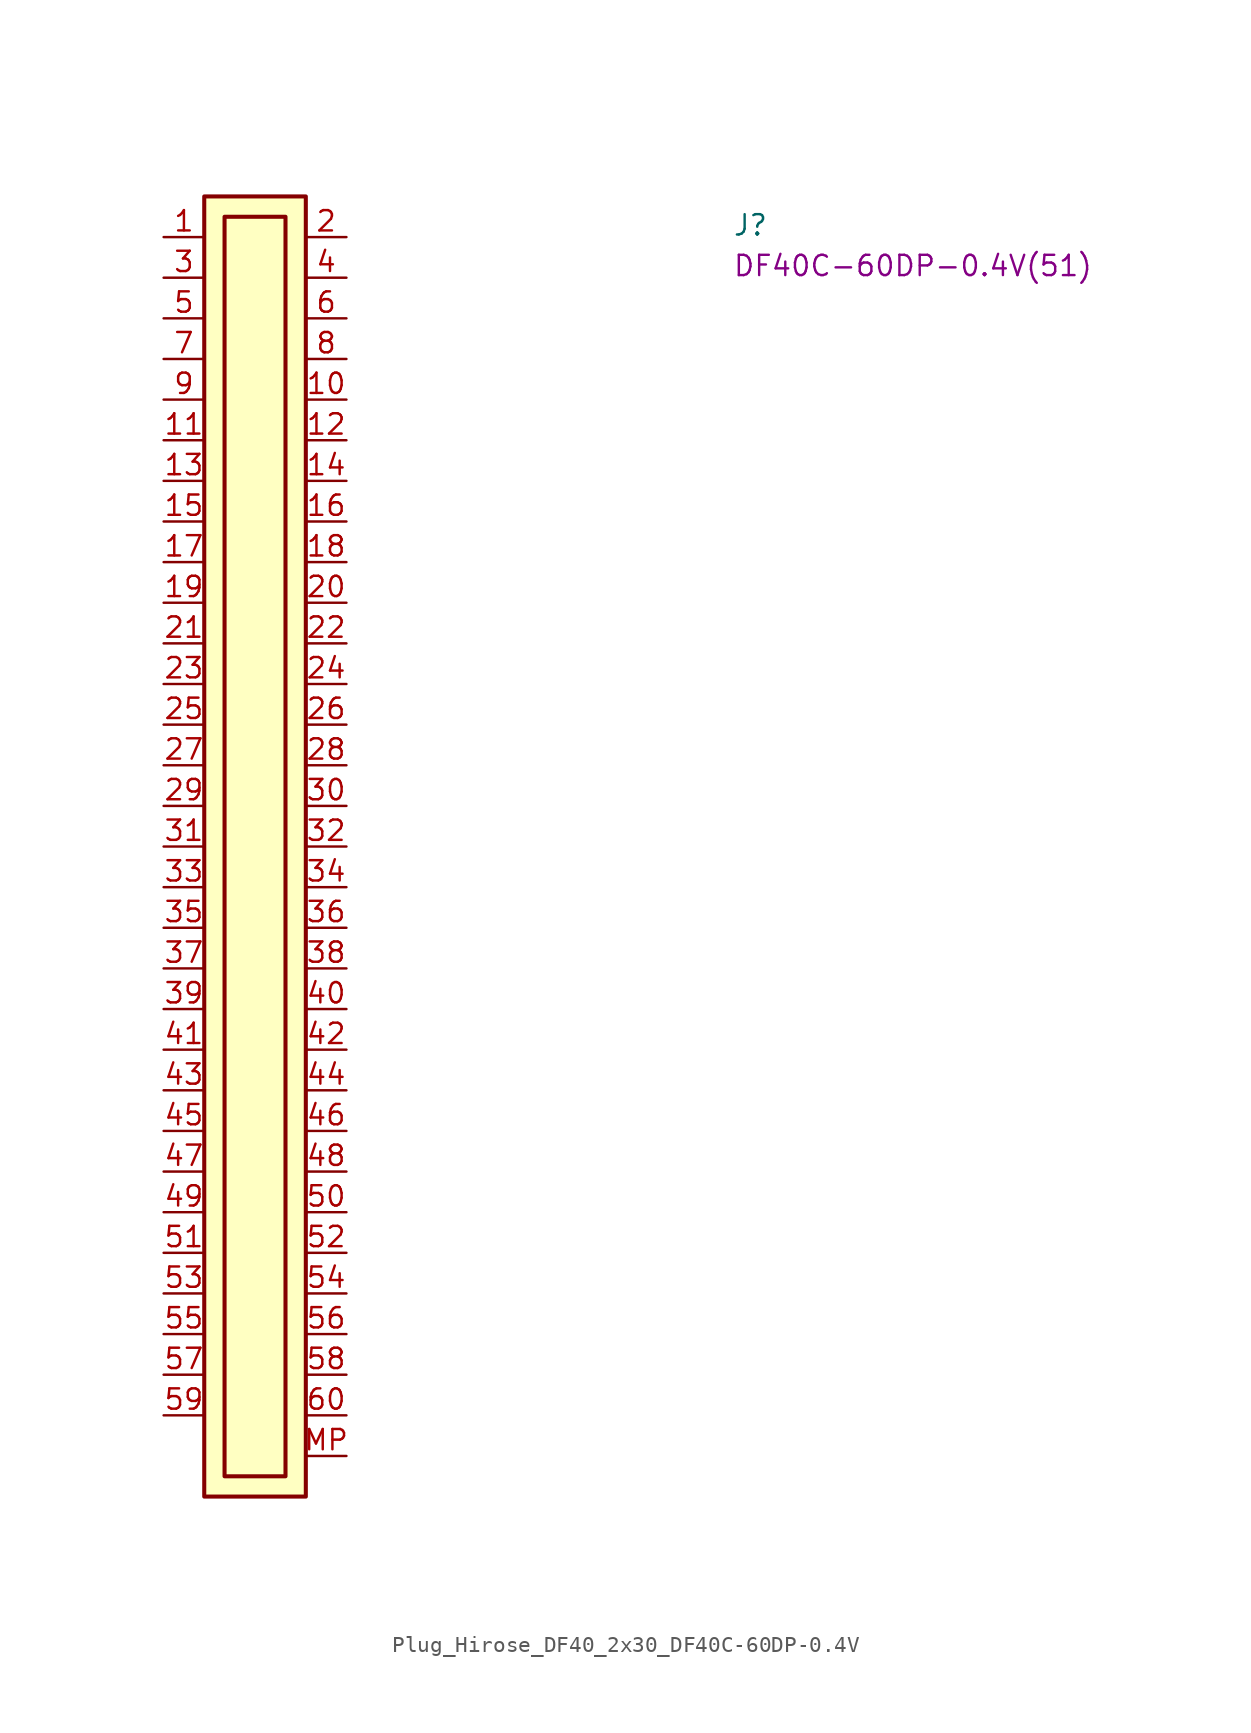
<source format=kicad_sym>
(kicad_symbol_lib
  (version 20220914)
  (generator kicad_symbol_editor)
  (symbol "Plug_Hirose_DF40_2x30_DF40C-60DP-0.4V"
    (pin_names hide)
    (property "Reference" "J"
      (at 35.56 0 0)
      (effects (font (size 1.27 1.27) (thickness 0.15)) (justify left bottom)))
    (property "MPN" "DF40C-60DP-0.4V(51)"
      (at 35.56 -2.54 0)
      (effects (font (size 1.27 1.27) (thickness 0.15)) (justify left bottom)))
    (symbol "Plug_Hirose_DF40_2x30_DF40C-60DP-0.4V_1_1"
      (rectangle (start 2.54 2.54) (end 8.89 -78.74) (stroke (width 0.254) (type default)) (fill (type background)))
      (rectangle (start 3.81 1.27) (end 7.62 -77.47) (stroke (width 0.254) (type default)) (fill (type background)))
      (pin passive line (at 0 0 0) (length 2.54) (name "~" (effects (font (size 1.27 1.27)))) (number "1" (effects (font (size 1.27 1.27)))))
      (pin passive line (at 11.43 -10.16 180) (length 2.54) (name "~" (effects (font (size 1.27 1.27)))) (number "10" (effects (font (size 1.27 1.27)))))
      (pin passive line (at 0 -12.7 0) (length 2.54) (name "~" (effects (font (size 1.27 1.27)))) (number "11" (effects (font (size 1.27 1.27)))))
      (pin passive line (at 11.43 -12.7 180) (length 2.54) (name "~" (effects (font (size 1.27 1.27)))) (number "12" (effects (font (size 1.27 1.27)))))
      (pin passive line (at 0 -15.24 0) (length 2.54) (name "~" (effects (font (size 1.27 1.27)))) (number "13" (effects (font (size 1.27 1.27)))))
      (pin passive line (at 11.43 -15.24 180) (length 2.54) (name "~" (effects (font (size 1.27 1.27)))) (number "14" (effects (font (size 1.27 1.27)))))
      (pin passive line (at 0 -17.78 0) (length 2.54) (name "~" (effects (font (size 1.27 1.27)))) (number "15" (effects (font (size 1.27 1.27)))))
      (pin passive line (at 11.43 -17.78 180) (length 2.54) (name "~" (effects (font (size 1.27 1.27)))) (number "16" (effects (font (size 1.27 1.27)))))
      (pin passive line (at 0 -20.32 0) (length 2.54) (name "~" (effects (font (size 1.27 1.27)))) (number "17" (effects (font (size 1.27 1.27)))))
      (pin passive line (at 11.43 -20.32 180) (length 2.54) (name "~" (effects (font (size 1.27 1.27)))) (number "18" (effects (font (size 1.27 1.27)))))
      (pin passive line (at 0 -22.86 0) (length 2.54) (name "~" (effects (font (size 1.27 1.27)))) (number "19" (effects (font (size 1.27 1.27)))))
      (pin passive line (at 11.43 0 180) (length 2.54) (name "~" (effects (font (size 1.27 1.27)))) (number "2" (effects (font (size 1.27 1.27)))))
      (pin passive line (at 11.43 -22.86 180) (length 2.54) (name "~" (effects (font (size 1.27 1.27)))) (number "20" (effects (font (size 1.27 1.27)))))
      (pin passive line (at 0 -25.4 0) (length 2.54) (name "~" (effects (font (size 1.27 1.27)))) (number "21" (effects (font (size 1.27 1.27)))))
      (pin passive line (at 11.43 -25.4 180) (length 2.54) (name "~" (effects (font (size 1.27 1.27)))) (number "22" (effects (font (size 1.27 1.27)))))
      (pin passive line (at 0 -27.94 0) (length 2.54) (name "~" (effects (font (size 1.27 1.27)))) (number "23" (effects (font (size 1.27 1.27)))))
      (pin passive line (at 11.43 -27.94 180) (length 2.54) (name "~" (effects (font (size 1.27 1.27)))) (number "24" (effects (font (size 1.27 1.27)))))
      (pin passive line (at 0 -30.48 0) (length 2.54) (name "~" (effects (font (size 1.27 1.27)))) (number "25" (effects (font (size 1.27 1.27)))))
      (pin passive line (at 11.43 -30.48 180) (length 2.54) (name "~" (effects (font (size 1.27 1.27)))) (number "26" (effects (font (size 1.27 1.27)))))
      (pin passive line (at 0 -33.02 0) (length 2.54) (name "~" (effects (font (size 1.27 1.27)))) (number "27" (effects (font (size 1.27 1.27)))))
      (pin passive line (at 11.43 -33.02 180) (length 2.54) (name "~" (effects (font (size 1.27 1.27)))) (number "28" (effects (font (size 1.27 1.27)))))
      (pin passive line (at 0 -35.56 0) (length 2.54) (name "~" (effects (font (size 1.27 1.27)))) (number "29" (effects (font (size 1.27 1.27)))))
      (pin passive line (at 0 -2.54 0) (length 2.54) (name "~" (effects (font (size 1.27 1.27)))) (number "3" (effects (font (size 1.27 1.27)))))
      (pin passive line (at 11.43 -35.56 180) (length 2.54) (name "~" (effects (font (size 1.27 1.27)))) (number "30" (effects (font (size 1.27 1.27)))))
      (pin passive line (at 0 -38.1 0) (length 2.54) (name "~" (effects (font (size 1.27 1.27)))) (number "31" (effects (font (size 1.27 1.27)))))
      (pin passive line (at 11.43 -38.1 180) (length 2.54) (name "~" (effects (font (size 1.27 1.27)))) (number "32" (effects (font (size 1.27 1.27)))))
      (pin passive line (at 0 -40.64 0) (length 2.54) (name "~" (effects (font (size 1.27 1.27)))) (number "33" (effects (font (size 1.27 1.27)))))
      (pin passive line (at 11.43 -40.64 180) (length 2.54) (name "~" (effects (font (size 1.27 1.27)))) (number "34" (effects (font (size 1.27 1.27)))))
      (pin passive line (at 0 -43.18 0) (length 2.54) (name "~" (effects (font (size 1.27 1.27)))) (number "35" (effects (font (size 1.27 1.27)))))
      (pin passive line (at 11.43 -43.18 180) (length 2.54) (name "~" (effects (font (size 1.27 1.27)))) (number "36" (effects (font (size 1.27 1.27)))))
      (pin passive line (at 0 -45.72 0) (length 2.54) (name "~" (effects (font (size 1.27 1.27)))) (number "37" (effects (font (size 1.27 1.27)))))
      (pin passive line (at 11.43 -45.72 180) (length 2.54) (name "~" (effects (font (size 1.27 1.27)))) (number "38" (effects (font (size 1.27 1.27)))))
      (pin passive line (at 0 -48.26 0) (length 2.54) (name "~" (effects (font (size 1.27 1.27)))) (number "39" (effects (font (size 1.27 1.27)))))
      (pin passive line (at 11.43 -2.54 180) (length 2.54) (name "~" (effects (font (size 1.27 1.27)))) (number "4" (effects (font (size 1.27 1.27)))))
      (pin passive line (at 11.43 -48.26 180) (length 2.54) (name "~" (effects (font (size 1.27 1.27)))) (number "40" (effects (font (size 1.27 1.27)))))
      (pin passive line (at 0 -50.8 0) (length 2.54) (name "~" (effects (font (size 1.27 1.27)))) (number "41" (effects (font (size 1.27 1.27)))))
      (pin passive line (at 11.43 -50.8 180) (length 2.54) (name "~" (effects (font (size 1.27 1.27)))) (number "42" (effects (font (size 1.27 1.27)))))
      (pin passive line (at 0 -53.34 0) (length 2.54) (name "~" (effects (font (size 1.27 1.27)))) (number "43" (effects (font (size 1.27 1.27)))))
      (pin passive line (at 11.43 -53.34 180) (length 2.54) (name "~" (effects (font (size 1.27 1.27)))) (number "44" (effects (font (size 1.27 1.27)))))
      (pin passive line (at 0 -55.88 0) (length 2.54) (name "~" (effects (font (size 1.27 1.27)))) (number "45" (effects (font (size 1.27 1.27)))))
      (pin passive line (at 11.43 -55.88 180) (length 2.54) (name "~" (effects (font (size 1.27 1.27)))) (number "46" (effects (font (size 1.27 1.27)))))
      (pin passive line (at 0 -58.42 0) (length 2.54) (name "~" (effects (font (size 1.27 1.27)))) (number "47" (effects (font (size 1.27 1.27)))))
      (pin passive line (at 11.43 -58.42 180) (length 2.54) (name "~" (effects (font (size 1.27 1.27)))) (number "48" (effects (font (size 1.27 1.27)))))
      (pin passive line (at 0 -60.96 0) (length 2.54) (name "~" (effects (font (size 1.27 1.27)))) (number "49" (effects (font (size 1.27 1.27)))))
      (pin passive line (at 0 -5.08 0) (length 2.54) (name "~" (effects (font (size 1.27 1.27)))) (number "5" (effects (font (size 1.27 1.27)))))
      (pin passive line (at 11.43 -60.96 180) (length 2.54) (name "~" (effects (font (size 1.27 1.27)))) (number "50" (effects (font (size 1.27 1.27)))))
      (pin passive line (at 0 -63.5 0) (length 2.54) (name "~" (effects (font (size 1.27 1.27)))) (number "51" (effects (font (size 1.27 1.27)))))
      (pin passive line (at 11.43 -63.5 180) (length 2.54) (name "~" (effects (font (size 1.27 1.27)))) (number "52" (effects (font (size 1.27 1.27)))))
      (pin passive line (at 0 -66.04 0) (length 2.54) (name "~" (effects (font (size 1.27 1.27)))) (number "53" (effects (font (size 1.27 1.27)))))
      (pin passive line (at 11.43 -66.04 180) (length 2.54) (name "~" (effects (font (size 1.27 1.27)))) (number "54" (effects (font (size 1.27 1.27)))))
      (pin passive line (at 0 -68.58 0) (length 2.54) (name "~" (effects (font (size 1.27 1.27)))) (number "55" (effects (font (size 1.27 1.27)))))
      (pin passive line (at 11.43 -68.58 180) (length 2.54) (name "~" (effects (font (size 1.27 1.27)))) (number "56" (effects (font (size 1.27 1.27)))))
      (pin passive line (at 0 -71.12 0) (length 2.54) (name "~" (effects (font (size 1.27 1.27)))) (number "57" (effects (font (size 1.27 1.27)))))
      (pin passive line (at 11.43 -71.12 180) (length 2.54) (name "~" (effects (font (size 1.27 1.27)))) (number "58" (effects (font (size 1.27 1.27)))))
      (pin passive line (at 0 -73.66 0) (length 2.54) (name "~" (effects (font (size 1.27 1.27)))) (number "59" (effects (font (size 1.27 1.27)))))
      (pin passive line (at 11.43 -5.08 180) (length 2.54) (name "~" (effects (font (size 1.27 1.27)))) (number "6" (effects (font (size 1.27 1.27)))))
      (pin passive line (at 11.43 -73.66 180) (length 2.54) (name "~" (effects (font (size 1.27 1.27)))) (number "60" (effects (font (size 1.27 1.27)))))
      (pin passive line (at 0 -7.62 0) (length 2.54) (name "~" (effects (font (size 1.27 1.27)))) (number "7" (effects (font (size 1.27 1.27)))))
      (pin passive line (at 11.43 -7.62 180) (length 2.54) (name "~" (effects (font (size 1.27 1.27)))) (number "8" (effects (font (size 1.27 1.27)))))
      (pin passive line (at 0 -10.16 0) (length 2.54) (name "~" (effects (font (size 1.27 1.27)))) (number "9" (effects (font (size 1.27 1.27)))))
      (pin passive line (at 11.43 -76.2 180) (length 2.54) (name "MP" (effects (font (size 1.27 1.27)))) (number "MP" (effects (font (size 1.27 1.27))))))))
</source>
